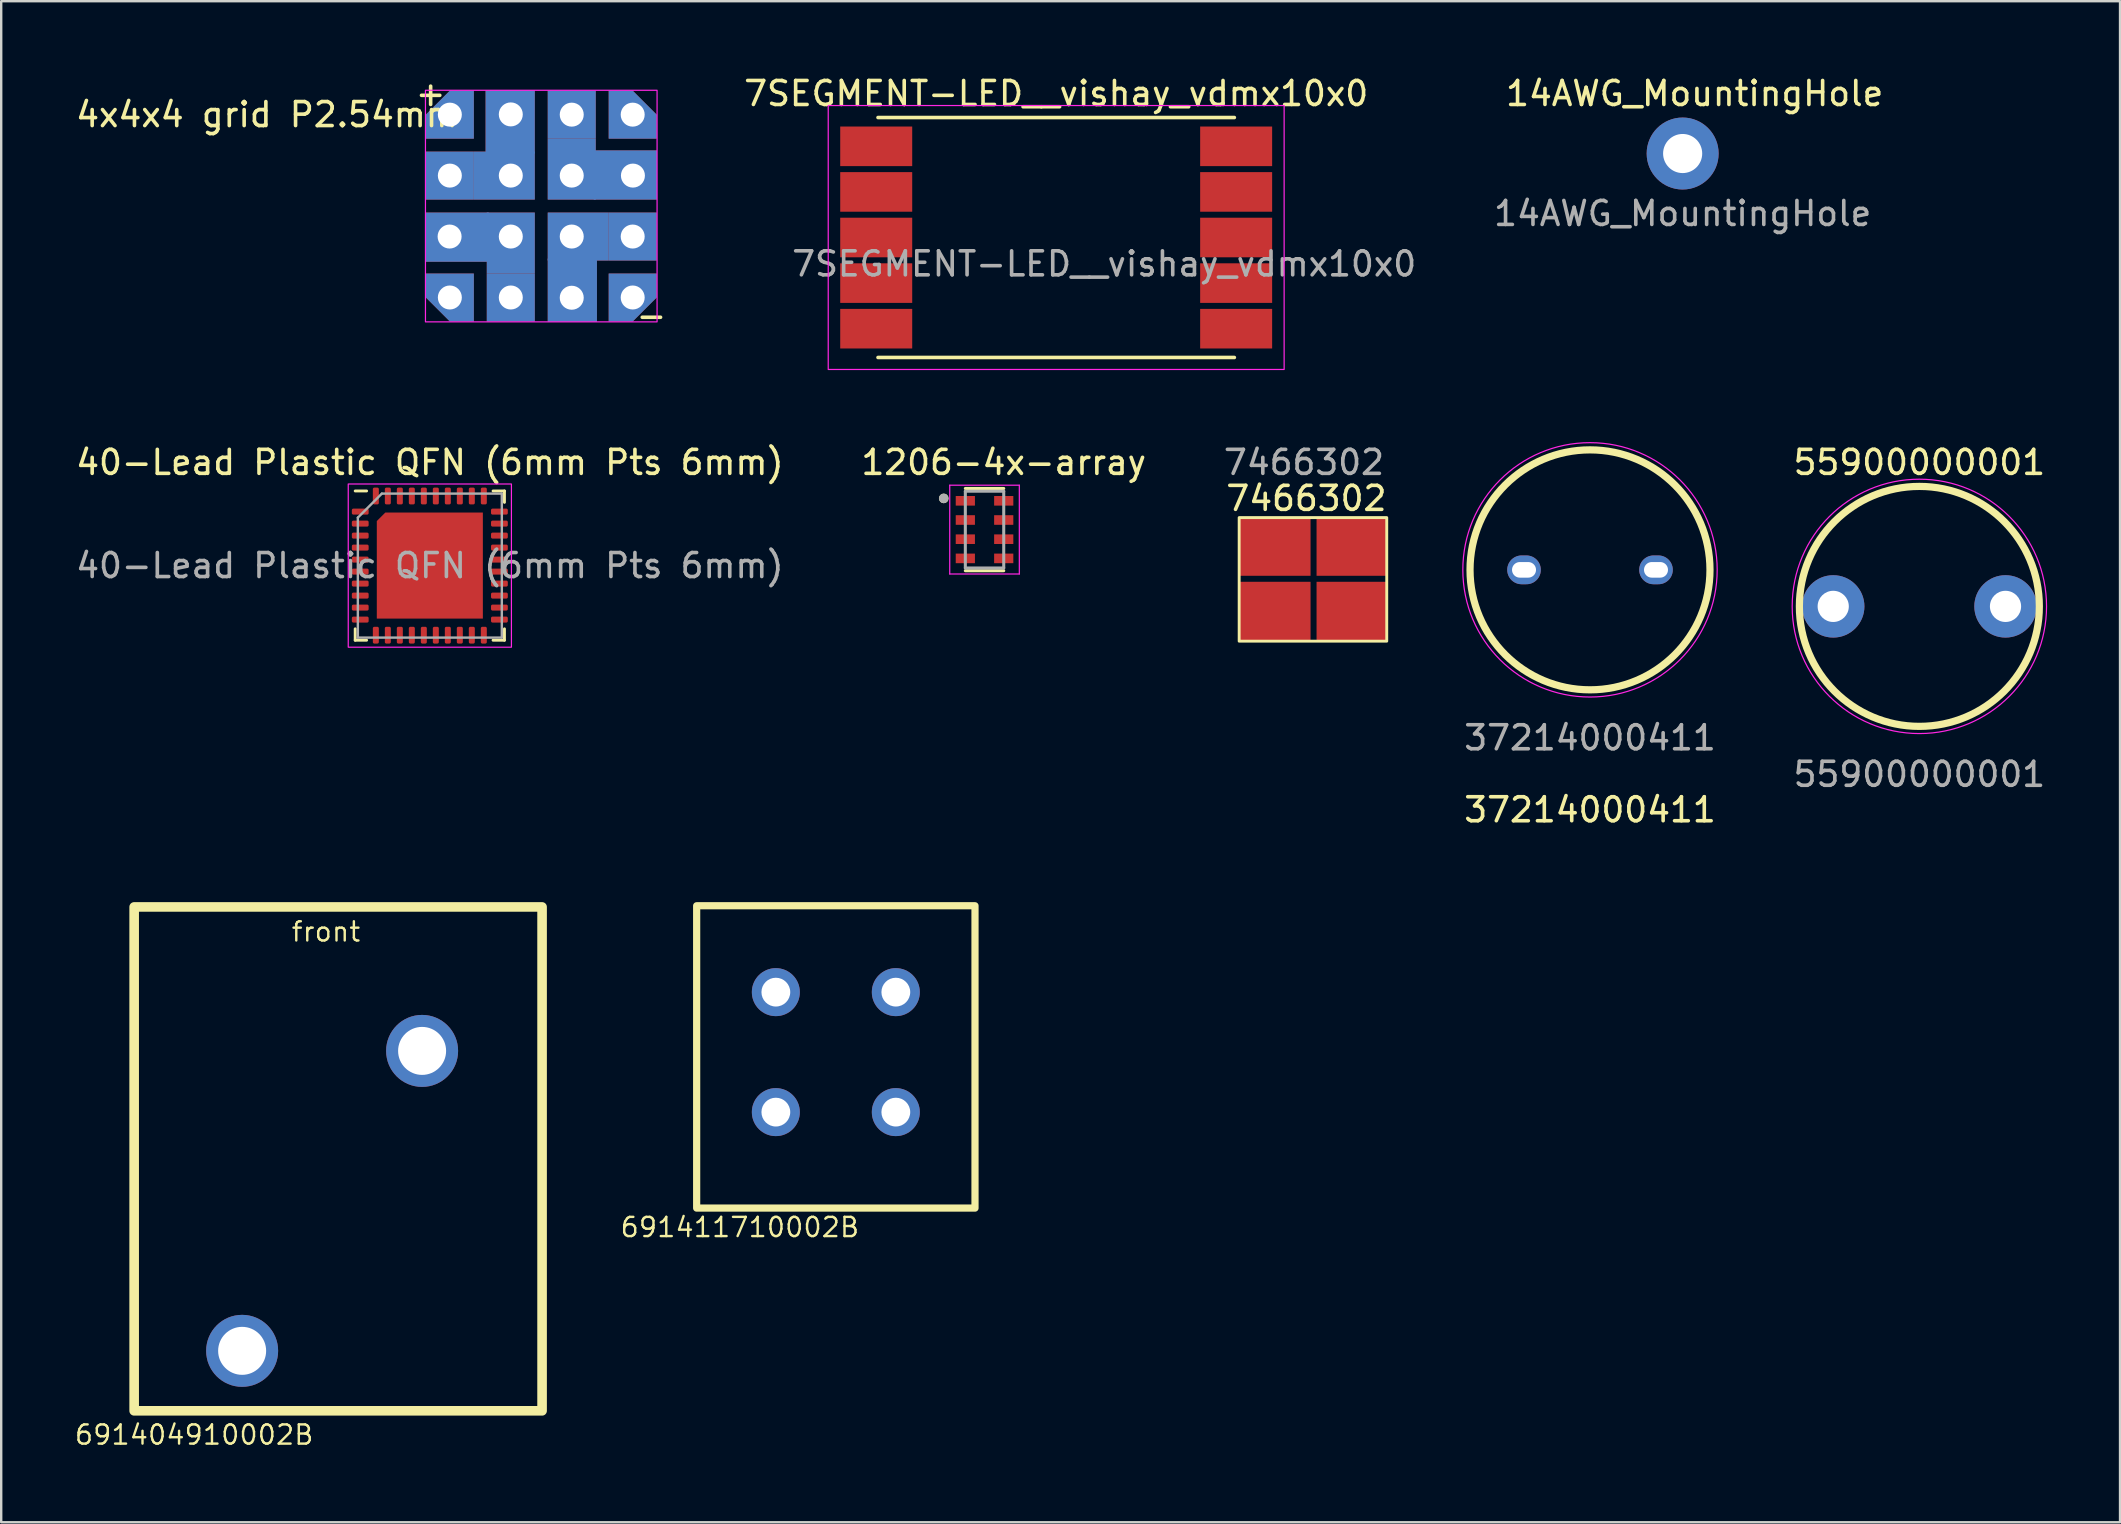
<source format=kicad_pcb>
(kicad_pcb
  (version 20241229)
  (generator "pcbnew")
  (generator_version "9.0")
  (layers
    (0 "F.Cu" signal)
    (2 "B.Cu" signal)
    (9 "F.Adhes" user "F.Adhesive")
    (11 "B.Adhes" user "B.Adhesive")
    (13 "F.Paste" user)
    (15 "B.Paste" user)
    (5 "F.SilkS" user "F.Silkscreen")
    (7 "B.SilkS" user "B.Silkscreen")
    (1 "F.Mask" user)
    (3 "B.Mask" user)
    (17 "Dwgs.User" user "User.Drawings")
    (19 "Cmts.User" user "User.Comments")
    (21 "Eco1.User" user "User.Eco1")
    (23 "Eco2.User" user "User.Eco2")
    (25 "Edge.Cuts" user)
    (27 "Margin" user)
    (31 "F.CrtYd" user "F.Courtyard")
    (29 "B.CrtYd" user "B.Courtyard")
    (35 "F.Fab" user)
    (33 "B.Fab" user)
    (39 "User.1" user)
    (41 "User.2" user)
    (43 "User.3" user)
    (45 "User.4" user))
  (footprint "7SEGMENT-LED__vishay_vdmx10x0"
    (layer "F.Cu")
    (at 40.966 6.848)
    (property "Reference" "7SEGMENT-LED__vishay_vdmx10x0" (at 0 -6 0) (layer "F.SilkS") (effects (font (size 1 1) (thickness 0.15))))
    (attr smd)
    (fp_line (start -7.425 5) (end 7.425 5) (stroke (width 0.15) (type solid)) (layer "F.SilkS"))
    (fp_line (start 7.425 -5) (end -7.425 -5) (stroke (width 0.15) (type solid)) (layer "F.SilkS"))
    (fp_rect (start -9.5 -5.5) (end 9.5 5.5) (stroke (width 0.05) (type default)) (fill no) (layer "F.CrtYd"))
    (fp_text user "${REFERENCE}" (at 2 1.1 0) (layer "F.Fab") (effects (font (size 1 1) (thickness 0.15))))
    (pad "1" smd rect (at -7.5 -3.8 270) (size 1.65 3) (layers "F.Cu" "F.Mask" "F.Paste"))
    (pad "2" smd rect (at -7.5 -1.9 270) (size 1.65 3) (layers "F.Cu" "F.Mask" "F.Paste"))
    (pad "3" smd rect (at -7.5 0 270) (size 1.65 3) (layers "F.Cu" "F.Mask" "F.Paste"))
    (pad "4" smd rect (at -7.5 1.9 270) (size 1.65 3) (layers "F.Cu" "F.Mask" "F.Paste"))
    (pad "5" smd rect (at -7.5 3.8 270) (size 1.65 3) (layers "F.Cu" "F.Mask" "F.Paste"))
    (pad "6" smd rect (at 7.5 3.8 270) (size 1.65 3) (layers "F.Cu" "F.Mask" "F.Paste"))
    (pad "7" smd rect (at 7.5 1.9 270) (size 1.65 3) (layers "F.Cu" "F.Mask" "F.Paste"))
    (pad "8" smd rect (at 7.5 0 270) (size 1.65 3) (layers "F.Cu" "F.Mask" "F.Paste"))
    (pad "9" smd rect (at 7.5 -1.9 270) (size 1.65 3) (layers "F.Cu" "F.Mask" "F.Paste"))
    (pad "10" smd rect (at 7.5 -3.8 270) (size 1.65 3) (layers "F.Cu" "F.Mask" "F.Paste")))
  (footprint "1206-4x-array"
    (layer "F.Cu")
    (at 37.98 19.021)
    (property "Reference" "1206-4x-array" (at 0.8 -2.8 0) (layer "F.SilkS") (effects (font (size 1 1) (thickness 0.15))))
    (attr through_hole)
    (fp_line (start -0.8 1.714) (end 0.8 1.714) (stroke (width 0.127) (type solid)) (layer "F.SilkS"))
    (fp_line (start 0.8 -1.714) (end -0.8 -1.714) (stroke (width 0.127) (type solid)) (layer "F.SilkS"))
    (fp_circle (center -1.7 -1.3) (end -1.6 -1.3) (stroke (width 0.2) (type solid)) (fill no) (layer "F.SilkS"))
    (fp_line (start -1.45 -1.85) (end 1.45 -1.85) (stroke (width 0.05) (type solid)) (layer "F.CrtYd"))
    (fp_line (start -1.45 1.85) (end -1.45 -1.85) (stroke (width 0.05) (type solid)) (layer "F.CrtYd"))
    (fp_line (start 1.45 -1.85) (end 1.45 1.85) (stroke (width 0.05) (type solid)) (layer "F.CrtYd"))
    (fp_line (start 1.45 1.85) (end -1.45 1.85) (stroke (width 0.05) (type solid)) (layer "F.CrtYd"))
    (fp_line (start -0.8 -1.6) (end -0.8 1.6) (stroke (width 0.127) (type solid)) (layer "F.Fab"))
    (fp_line (start -0.8 1.6) (end 0.8 1.6) (stroke (width 0.127) (type solid)) (layer "F.Fab"))
    (fp_line (start 0.8 -1.6) (end -0.8 -1.6) (stroke (width 0.127) (type solid)) (layer "F.Fab"))
    (fp_line (start 0.8 1.6) (end 0.8 -1.6) (stroke (width 0.127) (type solid)) (layer "F.Fab"))
    (fp_circle (center -1.7 -1.3) (end -1.6 -1.3) (stroke (width 0.2) (type solid)) (fill no) (layer "F.Fab"))
    (pad "1" smd rect (at -0.8 -1.2) (size 0.8 0.4) (layers "F.Cu" "F.Mask" "F.Paste"))
    (pad "2" smd rect (at -0.8 -0.4) (size 0.8 0.4) (layers "F.Cu" "F.Mask" "F.Paste"))
    (pad "3" smd rect (at -0.8 0.4) (size 0.8 0.4) (layers "F.Cu" "F.Mask" "F.Paste"))
    (pad "4" smd rect (at -0.8 1.2) (size 0.8 0.4) (layers "F.Cu" "F.Mask" "F.Paste"))
    (pad "5" smd rect (at 0.8 1.2) (size 0.8 0.4) (layers "F.Cu" "F.Mask" "F.Paste"))
    (pad "6" smd rect (at 0.8 0.4) (size 0.8 0.4) (layers "F.Cu" "F.Mask" "F.Paste"))
    (pad "7" smd rect (at 0.8 -0.4) (size 0.8 0.4) (layers "F.Cu" "F.Mask" "F.Paste"))
    (pad "8" smd rect (at 0.8 -1.2) (size 0.8 0.4) (layers "F.Cu" "F.Mask" "F.Paste")))
  (footprint "40-Lead Plastic QFN (6mm ₧ 6mm)"
    (layer "F.Cu")
    (at 14.863 20.521)
    (property "Reference" "40-Lead Plastic QFN (6mm ₧ 6mm)" (at 0 -4.3 0) (layer "F.SilkS") (effects (font (size 1 1) (thickness 0.15))))
    (attr smd)
    (fp_line (start -3.11 3.11) (end -3.11 2.635) (stroke (width 0.12) (type solid)) (layer "F.SilkS"))
    (fp_line (start -2.635 -3.11) (end -3.11 -3.11) (stroke (width 0.12) (type solid)) (layer "F.SilkS"))
    (fp_line (start -2.635 3.11) (end -3.11 3.11) (stroke (width 0.12) (type solid)) (layer "F.SilkS"))
    (fp_line (start 2.635 -3.11) (end 3.11 -3.11) (stroke (width 0.12) (type solid)) (layer "F.SilkS"))
    (fp_line (start 2.635 3.11) (end 3.11 3.11) (stroke (width 0.12) (type solid)) (layer "F.SilkS"))
    (fp_line (start 3.11 -3.11) (end 3.11 -2.635) (stroke (width 0.12) (type solid)) (layer "F.SilkS"))
    (fp_line (start 3.11 3.11) (end 3.11 2.635) (stroke (width 0.12) (type solid)) (layer "F.SilkS"))
    (fp_rect (start -3.4 -3.4) (end 3.4 3.4) (stroke (width 0.05) (type solid)) (fill no) (layer "F.CrtYd"))
    (fp_line (start -3 -2) (end -2 -3) (stroke (width 0.1) (type solid)) (layer "F.Fab"))
    (fp_line (start -3 3) (end -3 -2) (stroke (width 0.1) (type solid)) (layer "F.Fab"))
    (fp_line (start -2 -3) (end 3 -3) (stroke (width 0.1) (type solid)) (layer "F.Fab"))
    (fp_line (start 3 -3) (end 3 3) (stroke (width 0.1) (type solid)) (layer "F.Fab"))
    (fp_line (start 3 3) (end -3 3) (stroke (width 0.1) (type solid)) (layer "F.Fab"))
    (fp_text user "${REFERENCE}" (at 0 0 0) (layer "F.Fab") (effects (font (size 1 1) (thickness 0.15))))
    (pad "1" smd roundrect (at -2.9 -2.25 90) (size 0.25 0.7) (layers "F.Cu" "F.Mask" "F.Paste") (roundrect_rratio 0.25))
    (pad "2" smd roundrect (at -2.9 -1.75 90) (size 0.25 0.7) (layers "F.Cu" "F.Mask" "F.Paste") (roundrect_rratio 0.25))
    (pad "3" smd roundrect (at -2.9 -1.25 90) (size 0.25 0.7) (layers "F.Cu" "F.Mask" "F.Paste") (roundrect_rratio 0.25))
    (pad "4" smd roundrect (at -2.9 -0.75 90) (size 0.25 0.7) (layers "F.Cu" "F.Mask" "F.Paste") (roundrect_rratio 0.25))
    (pad "5" smd roundrect (at -2.9 -0.25 90) (size 0.25 0.7) (layers "F.Cu" "F.Mask" "F.Paste") (roundrect_rratio 0.25))
    (pad "6" smd roundrect (at -2.9 0.25 90) (size 0.25 0.7) (layers "F.Cu" "F.Mask" "F.Paste") (roundrect_rratio 0.25))
    (pad "7" smd roundrect (at -2.9 0.75 90) (size 0.25 0.7) (layers "F.Cu" "F.Mask" "F.Paste") (roundrect_rratio 0.25))
    (pad "8" smd roundrect (at -2.9 1.25 90) (size 0.25 0.7) (layers "F.Cu" "F.Mask" "F.Paste") (roundrect_rratio 0.25))
    (pad "9" smd roundrect (at -2.9 1.75 90) (size 0.25 0.7) (layers "F.Cu" "F.Mask" "F.Paste") (roundrect_rratio 0.25))
    (pad "10" smd roundrect (at -2.9 2.25 90) (size 0.25 0.7) (layers "F.Cu" "F.Mask" "F.Paste") (roundrect_rratio 0.25))
    (pad "11" smd roundrect (at -2.25 2.9) (size 0.25 0.7) (layers "F.Cu" "F.Mask" "F.Paste") (roundrect_rratio 0.25))
    (pad "12" smd roundrect (at -1.75 2.9) (size 0.25 0.7) (layers "F.Cu" "F.Mask" "F.Paste") (roundrect_rratio 0.25))
    (pad "13" smd roundrect (at -1.25 2.9) (size 0.25 0.7) (layers "F.Cu" "F.Mask" "F.Paste") (roundrect_rratio 0.25))
    (pad "14" smd roundrect (at -0.75 2.9) (size 0.25 0.7) (layers "F.Cu" "F.Mask" "F.Paste") (roundrect_rratio 0.25))
    (pad "15" smd roundrect (at -0.25 2.9) (size 0.25 0.7) (layers "F.Cu" "F.Mask" "F.Paste") (roundrect_rratio 0.25))
    (pad "16" smd roundrect (at 0.25 2.9) (size 0.25 0.7) (layers "F.Cu" "F.Mask" "F.Paste") (roundrect_rratio 0.25))
    (pad "17" smd roundrect (at 0.75 2.9) (size 0.25 0.7) (layers "F.Cu" "F.Mask" "F.Paste") (roundrect_rratio 0.25))
    (pad "18" smd roundrect (at 1.25 2.9) (size 0.25 0.7) (layers "F.Cu" "F.Mask" "F.Paste") (roundrect_rratio 0.25))
    (pad "19" smd roundrect (at 1.75 2.9) (size 0.25 0.7) (layers "F.Cu" "F.Mask" "F.Paste") (roundrect_rratio 0.25))
    (pad "20" smd roundrect (at 2.25 2.9) (size 0.25 0.7) (layers "F.Cu" "F.Mask" "F.Paste") (roundrect_rratio 0.25))
    (pad "21" smd roundrect (at 2.9 2.25 90) (size 0.25 0.7) (layers "F.Cu" "F.Mask" "F.Paste") (roundrect_rratio 0.25))
    (pad "22" smd roundrect (at 2.9 1.75 90) (size 0.25 0.7) (layers "F.Cu" "F.Mask" "F.Paste") (roundrect_rratio 0.25))
    (pad "23" smd roundrect (at 2.9 1.25 90) (size 0.25 0.7) (layers "F.Cu" "F.Mask" "F.Paste") (roundrect_rratio 0.25))
    (pad "24" smd roundrect (at 2.9 0.75 90) (size 0.25 0.7) (layers "F.Cu" "F.Mask" "F.Paste") (roundrect_rratio 0.25))
    (pad "25" smd roundrect (at 2.9 0.25 90) (size 0.25 0.7) (layers "F.Cu" "F.Mask" "F.Paste") (roundrect_rratio 0.25))
    (pad "26" smd roundrect (at 2.9 -0.25 90) (size 0.25 0.7) (layers "F.Cu" "F.Mask" "F.Paste") (roundrect_rratio 0.25))
    (pad "27" smd roundrect (at 2.9 -0.75 90) (size 0.25 0.7) (layers "F.Cu" "F.Mask" "F.Paste") (roundrect_rratio 0.25))
    (pad "28" smd roundrect (at 2.9 -1.25 90) (size 0.25 0.7) (layers "F.Cu" "F.Mask" "F.Paste") (roundrect_rratio 0.25))
    (pad "29" smd roundrect (at 2.9 -1.75 90) (size 0.25 0.7) (layers "F.Cu" "F.Mask" "F.Paste") (roundrect_rratio 0.25))
    (pad "30" smd roundrect (at 2.9 -2.25 90) (size 0.25 0.7) (layers "F.Cu" "F.Mask" "F.Paste") (roundrect_rratio 0.25))
    (pad "31" smd roundrect (at 2.25 -2.9) (size 0.25 0.7) (layers "F.Cu" "F.Mask" "F.Paste") (roundrect_rratio 0.25))
    (pad "32" smd roundrect (at 1.75 -2.9) (size 0.25 0.7) (layers "F.Cu" "F.Mask" "F.Paste") (roundrect_rratio 0.25))
    (pad "33" smd roundrect (at 1.25 -2.9) (size 0.25 0.7) (layers "F.Cu" "F.Mask" "F.Paste") (roundrect_rratio 0.25))
    (pad "34" smd roundrect (at 0.75 -2.9) (size 0.25 0.7) (layers "F.Cu" "F.Mask" "F.Paste") (roundrect_rratio 0.25))
    (pad "35" smd roundrect (at 0.25 -2.9) (size 0.25 0.7) (layers "F.Cu" "F.Mask" "F.Paste") (roundrect_rratio 0.25))
    (pad "36" smd roundrect (at -0.25 -2.9) (size 0.25 0.7) (layers "F.Cu" "F.Mask" "F.Paste") (roundrect_rratio 0.25))
    (pad "37" smd roundrect (at -0.75 -2.9) (size 0.25 0.7) (layers "F.Cu" "F.Mask" "F.Paste") (roundrect_rratio 0.25))
    (pad "38" smd roundrect (at -1.25 -2.9) (size 0.25 0.7) (layers "F.Cu" "F.Mask" "F.Paste") (roundrect_rratio 0.25))
    (pad "39" smd roundrect (at -1.75 -2.9) (size 0.25 0.7) (layers "F.Cu" "F.Mask" "F.Paste") (roundrect_rratio 0.25))
    (pad "40" smd roundrect (at -2.25 -2.9) (size 0.25 0.7) (layers "F.Cu" "F.Mask" "F.Paste") (roundrect_rratio 0.25))
    (pad "41" smd roundrect (at 0 0) (size 4.42 4.42) (layers "F.Cu" "F.Mask") (roundrect_rratio 0) (chamfer_ratio 0.08) (chamfer top_left)))
  (footprint "691411710002B"
    (layer "F.Cu")
    (at 31.783 40.797)
    (property "Reference" "691411710002B" (at -4 7.3 0) (unlocked yes) (layer "F.SilkS") (effects (font (size 0.8 0.8) (thickness 0.1))))
    (attr through_hole)
    (fp_rect (start -5.8 -6.1) (end 5.8 6.5) (stroke (width 0.3) (type default)) (fill no) (layer "F.SilkS"))
    (pad "1" thru_hole circle (at -2.5 -2.5) (size 2 2) (drill 1.2) (layers "*.Cu" "*.Mask"))
    (pad "1" thru_hole circle (at -2.5 2.5) (size 2 2) (drill 1.2) (layers "*.Cu" "*.Mask"))
    (pad "2" thru_hole circle (at 2.5 -2.5) (size 2 2) (drill 1.2) (layers "*.Cu" "*.Mask"))
    (pad "2" thru_hole circle (at 2.5 2.5) (size 2 2) (drill 1.2) (layers "*.Cu" "*.Mask")))
  (footprint "14AWG_MountingHole"
    (layer "F.Cu")
    (at 67.074 3.348)
    (property "Reference" "14AWG_MountingHole" (at 0.5 -2.5 0) (unlocked yes) (layer "F.SilkS") (effects (font (size 1 1) (thickness 0.15))))
    (attr through_hole)
    (fp_text user "${REFERENCE}" (at 0 2.5 0) (unlocked yes) (layer "F.Fab") (effects (font (size 1 1) (thickness 0.15))))
    (pad "1" thru_hole circle (at 0 0) (size 3 3) (drill 1.63) (layers "*.Cu" "*.Mask")))
  (footprint "691404910002B"
    (layer "F.Cu")
    (at 7.041 53.246)
    (property "Reference" "691404910002B" (at -2 3.5 0) (unlocked yes) (layer "F.SilkS") (effects (font (size 0.8 0.8) (thickness 0.1))))
    (attr through_hole)
    (fp_rect (start -4.5 -18.5) (end 12.5 2.5) (stroke (width 0.4) (type default)) (fill no) (layer "F.SilkS"))
    (fp_text user "front" (at 2 -17 0) (unlocked yes) (layer "F.SilkS") (effects (font (size 0.8 0.8) (thickness 0.1)) (justify left bottom)))
    (pad "1" thru_hole circle (at 0 0) (size 3 3) (drill 2) (layers "*.Cu" "*.Mask"))
    (pad "2" thru_hole circle (at 7.5 -12.5) (size 3 3) (drill 2) (layers "*.Cu" "*.Mask")))
  (footprint "4x4x4 grid P2.54mm"
    (layer "F.Cu")
    (at 14.427 10.618)
    (property "Reference" "4x4x4 grid P2.54mm" (at -6.35 -8.89 0) (layer "F.SilkS") (effects (font (size 1 1) (thickness 0.15))))
    (attr through_hole)
    (fp_rect (start 0.254 -0.254) (end 9.906 -9.906) (stroke (width 0.05) (type solid)) (fill no) (layer "F.CrtYd"))
    (fp_text user "+" (at 0.47 -9.77 0) (unlocked yes) (layer "F.SilkS") (effects (font (size 1 1) (thickness 0.15))))
    (fp_text user "-" (at 9.67 -0.52 0) (unlocked yes) (layer "F.SilkS") (effects (font (size 1 1) (thickness 0.15))))
    (pad "" thru_hole rect (at 1.26 -3.81 270) (size 2.05 2.63) (drill 1 (offset 0.025 -0.315)) (layers "*.Cu" "*.Mask"))
    (pad "" thru_hole rect (at 1.27 -6.35 180) (size 2 2) (drill 1) (layers "*.Cu" "*.Mask"))
    (pad "" thru_hole roundrect (at 1.27 -1.27 90) (size 2 2) (drill 1) (layers "*.Cu" "*.Mask") (roundrect_rratio 0) (chamfer_ratio 0.5) (chamfer top_left))
    (pad "" thru_hole rect (at 3.81 -8.9 180) (size 2.05 2.63) (drill 1 (offset 0.025 -0.315)) (layers "*.Cu" "*.Mask"))
    (pad "" thru_hole rect (at 3.81 -6.35 180) (size 2.54 2) (drill 1 (offset 0.27 0)) (layers "*.Cu" "*.Mask"))
    (pad "" thru_hole rect (at 3.81 -3.81 270) (size 2.54 2) (drill 1 (offset 0.27 0)) (layers "*.Cu" "*.Mask"))
    (pad "" thru_hole rect (at 3.81 -1.27 270) (size 2 2) (drill 1) (layers "*.Cu" "*.Mask"))
    (pad "" thru_hole rect (at 6.35 -8.89 90) (size 2 2) (drill 1) (layers "*.Cu" "*.Mask"))
    (pad "" thru_hole rect (at 6.35 -6.35 90) (size 2.54 2) (drill 1 (offset 0.27 0)) (layers "*.Cu" "*.Mask"))
    (pad "" thru_hole rect (at 6.35 -3.81) (size 2.54 2) (drill 1 (offset 0.27 0)) (layers "*.Cu" "*.Mask"))
    (pad "" thru_hole rect (at 6.35 -1.26) (size 2.05 2.63) (drill 1 (offset 0.025 -0.315)) (layers "*.Cu" "*.Mask"))
    (pad "" thru_hole roundrect (at 8.89 -8.89 270) (size 2 2) (drill 1) (layers "*.Cu" "*.Mask") (roundrect_rratio 0) (chamfer_ratio 0.5) (chamfer top_left))
    (pad "" thru_hole rect (at 8.89 -3.81) (size 2 2) (drill 1) (layers "*.Cu" "*.Mask"))
    (pad "" thru_hole rect (at 8.9 -6.35 90) (size 2.05 2.63) (drill 1 (offset 0.025 -0.315)) (layers "*.Cu" "*.Mask"))
    (pad "+" thru_hole roundrect (at 1.27 -8.89) (size 2 2) (drill 1) (layers "*.Cu" "*.Mask") (roundrect_rratio 0) (chamfer_ratio 0.5) (chamfer top_left))
    (pad "-" thru_hole roundrect (at 8.89 -1.27 180) (size 2 2) (drill 1) (layers "*.Cu" "*.Mask") (roundrect_rratio 0) (chamfer_ratio 0.5) (chamfer top_left)))
  (footprint "37214000411"
    (layer "F.Cu")
    (at 63.213 20.698)
    (property "Reference" "37214000411" (at 0 10 0) (unlocked yes) (layer "F.SilkS") (effects (font (size 1 1) (thickness 0.15))))
    (attr through_hole)
    (fp_circle (center 0 0) (end 5 0) (stroke (width 0.3) (type default)) (fill no) (layer "F.SilkS"))
    (fp_line (start -1 0) (end 1 0) (stroke (width 0.1) (type default)) (layer "Eco1.User"))
    (fp_line (start 0 -1) (end 0 1) (stroke (width 0.1) (type default)) (layer "Eco1.User"))
    (fp_circle (center 0 0) (end 5.3 0) (stroke (width 0.05) (type default)) (fill no) (layer "F.CrtYd"))
    (fp_text user "${REFERENCE}" (at 0 7 0) (unlocked yes) (layer "F.Fab") (effects (font (size 1 1) (thickness 0.15))))
    (pad "1" thru_hole oval (at -2.75 0) (size 1.4 1.2) (drill oval 1 0.65) (layers "*.Cu" "*.Mask"))
    (pad "2" thru_hole oval (at 2.75 0) (size 1.4 1.2) (drill oval 1 0.65) (layers "*.Cu" "*.Mask")))
  (footprint "55900000001"
    (layer "F.Cu")
    (at 76.939 22.221)
    (property "Reference" "55900000001" (at 0 -6 0) (unlocked yes) (layer "F.SilkS") (effects (font (size 1 1) (thickness 0.15))))
    (attr through_hole)
    (fp_circle (center 0 0) (end 5 0) (stroke (width 0.3) (type default)) (fill no) (layer "F.SilkS"))
    (fp_line (start -1 0) (end 1 0) (stroke (width 0.1) (type default)) (layer "Eco1.User"))
    (fp_line (start 0 -1) (end 0 1) (stroke (width 0.1) (type default)) (layer "Eco1.User"))
    (fp_circle (center 0 0) (end 5.3 0) (stroke (width 0.05) (type default)) (fill no) (layer "F.CrtYd"))
    (fp_text user "${REFERENCE}" (at 0 7 0) (unlocked yes) (layer "F.Fab") (effects (font (size 1 1) (thickness 0.15))))
    (pad "1" thru_hole circle (at -3.59 0) (size 2.6 2.6) (drill 1.3) (layers "*.Cu" "*.Mask"))
    (pad "2" thru_hole circle (at 3.59 0) (size 2.6 2.6) (drill 1.3) (layers "*.Cu" "*.Mask")))
  (footprint "7466302"
    (layer "F.Cu")
    (at 48.592 18.521)
    (property "Reference" "7466302" (at 2.8 -0.8 0) (unlocked yes) (layer "F.SilkS") (effects (font (size 1 1) (thickness 0.15))))
    (attr smd)
    (fp_rect (start 0 0) (end 6.15 5.15) (stroke (width 0.12) (type default)) (fill no) (layer "F.SilkS"))
    (fp_text user "${REFERENCE}" (at 2.7 -2.3 0) (unlocked yes) (layer "F.Fab") (effects (font (size 1 1) (thickness 0.15))))
    (pad "1" smd rect (at 1.5 1.2) (size 2.95 2.45) (layers "F.Cu" "F.Mask" "F.Paste"))
    (pad "1" smd rect (at 1.5 3.9) (size 2.95 2.45) (layers "F.Cu" "F.Mask" "F.Paste"))
    (pad "1" smd rect (at 4.7 1.2) (size 2.95 2.45) (layers "F.Cu" "F.Mask" "F.Paste"))
    (pad "1" smd rect (at 4.7 3.9) (size 2.95 2.45) (layers "F.Cu" "F.Mask" "F.Paste")))
  (gr_rect
    (start -3 -3)
    (end 85.302 60.39)
    (stroke (width 0.1) (type default))
    (fill no)
    (layer "Edge.Cuts")))
</source>
